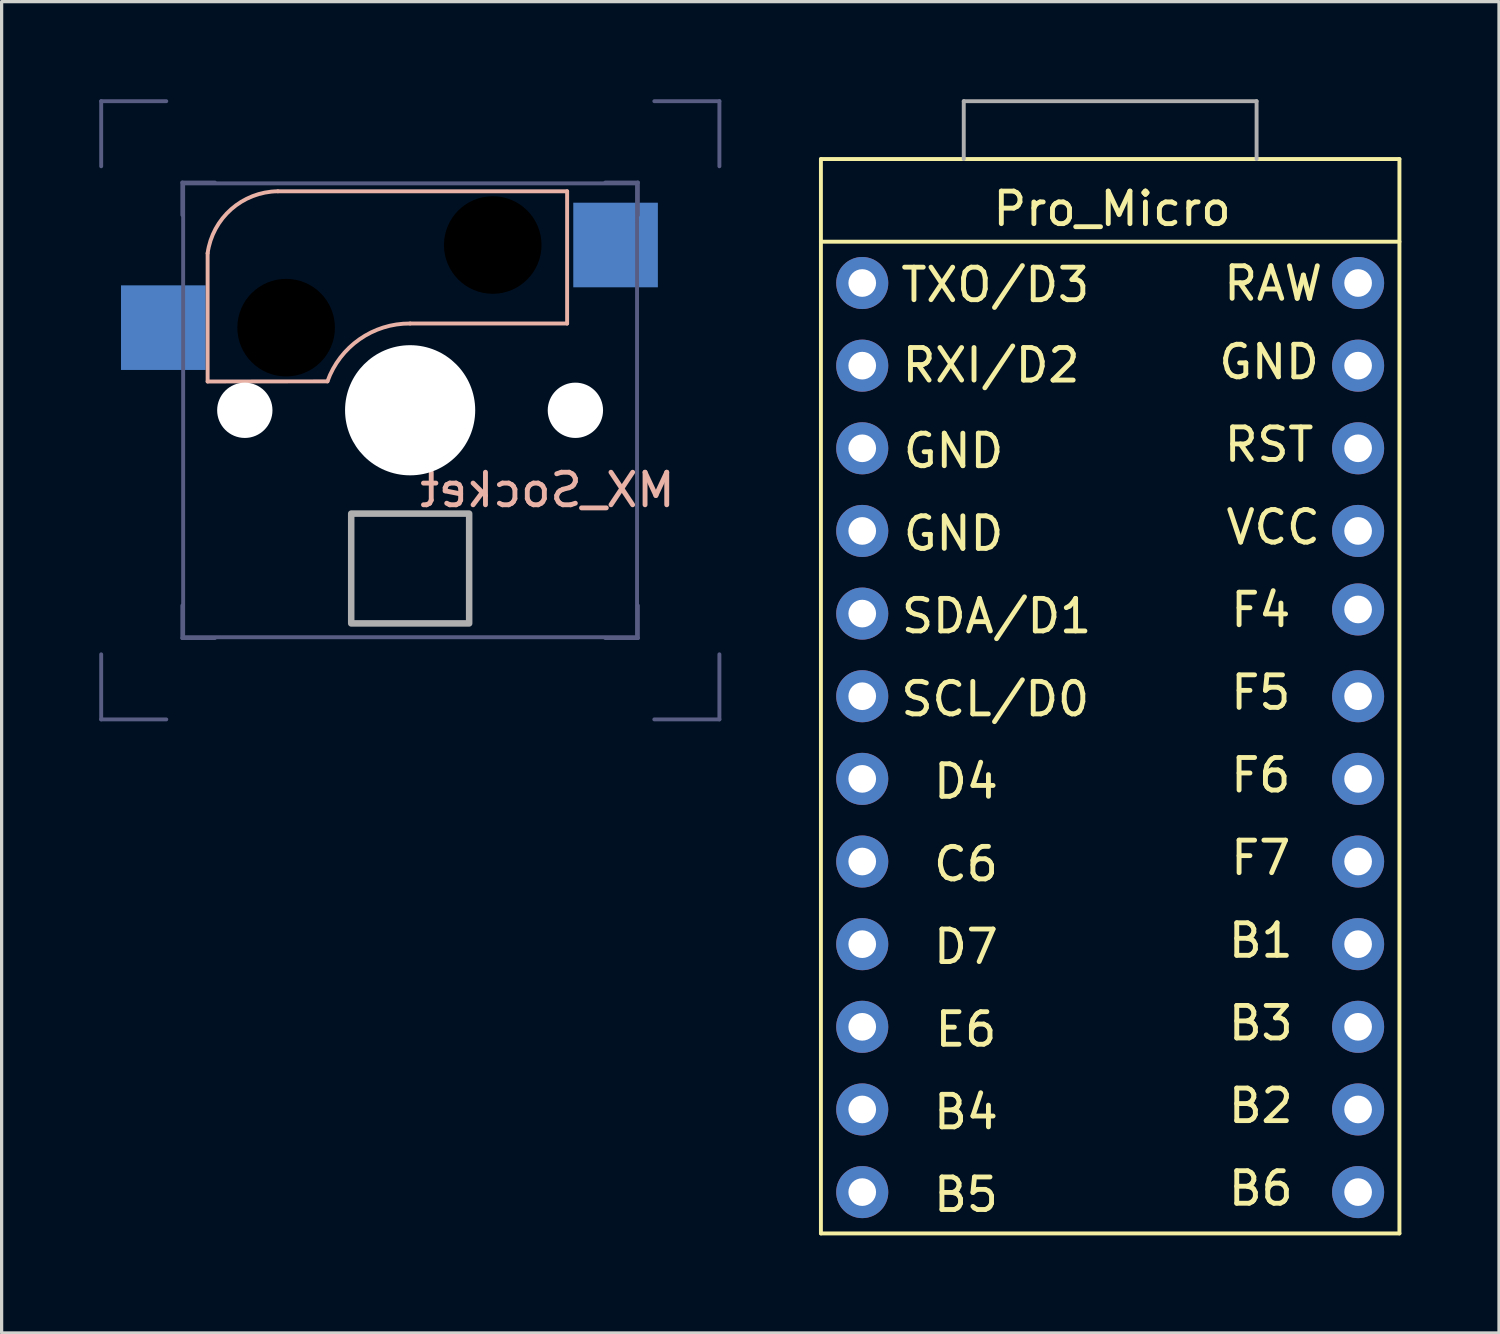
<source format=kicad_pcb>
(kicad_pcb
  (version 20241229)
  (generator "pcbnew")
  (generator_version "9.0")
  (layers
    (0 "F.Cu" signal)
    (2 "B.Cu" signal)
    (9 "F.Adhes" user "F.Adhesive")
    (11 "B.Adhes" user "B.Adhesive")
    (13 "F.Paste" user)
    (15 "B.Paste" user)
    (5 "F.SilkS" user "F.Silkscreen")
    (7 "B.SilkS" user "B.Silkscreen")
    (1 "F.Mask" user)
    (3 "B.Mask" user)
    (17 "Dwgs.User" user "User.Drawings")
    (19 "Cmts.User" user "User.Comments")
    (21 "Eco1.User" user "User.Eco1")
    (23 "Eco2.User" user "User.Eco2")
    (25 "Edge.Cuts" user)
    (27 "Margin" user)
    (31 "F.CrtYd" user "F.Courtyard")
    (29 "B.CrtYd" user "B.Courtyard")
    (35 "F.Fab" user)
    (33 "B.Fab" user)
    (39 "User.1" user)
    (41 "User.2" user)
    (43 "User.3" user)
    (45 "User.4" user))
  (footprint "MX_Socket"
    (layer "F.Cu")
    (at 9.555 9.559)
    (property "Reference" "MX_Socket" (at 4.22 2.45 0) (unlocked yes) (layer "B.SilkS") (effects (font (size 1 1) (thickness 0.15)) (justify mirror)))
    (attr through_hole)
    (fp_line (start -6.224 -0.884) (end -6.224 -4.825) (stroke (width 0.12) (type solid)) (layer "B.SilkS"))
    (fp_line (start -6.224 -0.884) (end -2.541 -0.888) (stroke (width 0.12) (type solid)) (layer "B.SilkS"))
    (fp_line (start -0.001 -2.666) (end 4.825 -2.666) (stroke (width 0.12) (type solid)) (layer "B.SilkS"))
    (fp_line (start 4.825 -6.73) (end -4.065 -6.73) (stroke (width 0.12) (type solid)) (layer "B.SilkS"))
    (fp_line (start 4.825 -2.666) (end 4.825 -6.73) (stroke (width 0.12) (type solid)) (layer "B.SilkS"))
    (fp_arc (start -6.224082 -4.825261) (mid -5.498787 -6.179195) (end -4.065082 -6.730261) (stroke (width 0.12) (type solid)) (layer "B.SilkS"))
    (fp_arc (start -2.541082 -0.888261) (mid -1.554773 -2.182533) (end -0.001082 -2.666261) (stroke (width 0.12) (type solid)) (layer "B.SilkS"))
    (fp_line (start -9.495 -9.499) (end -9.495 -7.499) (stroke (width 0.12) (type solid)) (layer "B.Fab"))
    (fp_line (start -9.495 9.501) (end -9.495 7.501) (stroke (width 0.12) (type solid)) (layer "B.Fab"))
    (fp_line (start -9.495 9.501) (end -7.495 9.501) (stroke (width 0.12) (type solid)) (layer "B.Fab"))
    (fp_line (start -7.495 -9.499) (end -9.495 -9.499) (stroke (width 0.12) (type solid)) (layer "B.Fab"))
    (fp_line (start -7.001 -6.999) (end -6.001 -6.999) (stroke (width 0.12) (type solid)) (layer "B.Fab"))
    (fp_line (start -7.001 -5.999) (end -7.001 -6.999) (stroke (width 0.12) (type solid)) (layer "B.Fab"))
    (fp_line (start -7.001 6.001) (end -7.001 7.001) (stroke (width 0.12) (type solid)) (layer "B.Fab"))
    (fp_line (start -7.001 7.001) (end -6.001 7.001) (stroke (width 0.12) (type solid)) (layer "B.Fab"))
    (fp_line (start -6.976 -6.974) (end 6.974 -6.974) (stroke (width 0.12) (type solid)) (layer "B.Fab"))
    (fp_line (start -6.976 6.976) (end -6.976 -6.974) (stroke (width 0.12) (type solid)) (layer "B.Fab"))
    (fp_line (start 5.999 7.001) (end 6.999 7.001) (stroke (width 0.12) (type solid)) (layer "B.Fab"))
    (fp_line (start 6.974 -6.974) (end 6.974 6.976) (stroke (width 0.12) (type solid)) (layer "B.Fab"))
    (fp_line (start 6.974 6.976) (end -6.976 6.976) (stroke (width 0.12) (type solid)) (layer "B.Fab"))
    (fp_line (start 6.999 -6.999) (end 5.999 -6.999) (stroke (width 0.12) (type solid)) (layer "B.Fab"))
    (fp_line (start 6.999 -6.999) (end 6.999 -5.999) (stroke (width 0.12) (type solid)) (layer "B.Fab"))
    (fp_line (start 6.999 7.001) (end 6.999 6.001) (stroke (width 0.12) (type solid)) (layer "B.Fab"))
    (fp_line (start 7.505 9.501) (end 9.505 9.501) (stroke (width 0.12) (type solid)) (layer "B.Fab"))
    (fp_line (start 9.505 -9.499) (end 7.505 -9.499) (stroke (width 0.12) (type solid)) (layer "B.Fab"))
    (fp_line (start 9.505 -7.499) (end 9.505 -9.499) (stroke (width 0.12) (type solid)) (layer "B.Fab"))
    (fp_line (start 9.505 9.501) (end 9.505 7.501) (stroke (width 0.12) (type solid)) (layer "B.Fab"))
    (fp_rect (start 1.814 6.551) (end -1.811 3.176) (stroke (width 0.2) (type solid)) (fill no) (layer "F.Fab"))
    (pad "" np_thru_hole circle (at -5.081 0.001 90) (size 1.7 1.7) (drill 1.7) (layers "*.Cu" "*.Mask"))
    (pad "" np_thru_hole circle (at -3.811 -2.539 180) (size 3 3) (drill 3) (layers "*.Mask"))
    (pad "" np_thru_hole circle (at 0 0 270) (size 4 4) (drill 4) (layers "*.Cu" "*.Mask"))
    (pad "" np_thru_hole circle (at 2.539 -5.079 180) (size 3 3) (drill 3) (layers "*.Mask"))
    (pad "" np_thru_hole circle (at 5.079 0.001 90) (size 1.7 1.7) (drill 1.7) (layers "*.Cu" "*.Mask"))
    (pad "1" smd rect (at 6.314 -5.079 180) (size 2.6 2.6) (layers "B.Cu" "B.Mask" "B.Paste"))
    (pad "2" smd rect (at -7.586 -2.539 180) (size 2.6 2.6) (layers "B.Cu" "B.Mask" "B.Paste")))
  (footprint "Pro_Micro"
    (layer "F.Cu")
    (at 31.159 21.056)
    (property "Reference" "Pro_Micro" (at -0.029 -17.688 0) (layer "F.SilkS") (effects (font (size 1 1) (thickness 0.15))))
    (attr through_hole)
    (fp_line (start -8.979 -16.678) (end 8.801 -16.678) (stroke (width 0.12) (type solid)) (layer "F.SilkS"))
    (fp_line (start -8.979 13.802) (end -8.979 -19.218) (stroke (width 0.12) (type solid)) (layer "F.SilkS"))
    (fp_line (start -8.979 13.802) (end 8.801 13.802) (stroke (width 0.12) (type solid)) (layer "F.SilkS"))
    (fp_line (start 8.801 -19.218) (end -8.979 -19.218) (stroke (width 0.12) (type solid)) (layer "F.SilkS"))
    (fp_line (start 8.801 13.802) (end 8.801 -19.218) (stroke (width 0.12) (type solid)) (layer "F.SilkS"))
    (fp_line (start -4.589 -20.996) (end 4.411 -20.996) (stroke (width 0.12) (type solid)) (layer "F.Fab"))
    (fp_line (start -4.589 -19.218) (end -4.589 -20.996) (stroke (width 0.12) (type solid)) (layer "F.Fab"))
    (fp_line (start 4.411 -19.218) (end 4.411 -20.996) (stroke (width 0.12) (type solid)) (layer "F.Fab"))
    (fp_text user "B2" (at 4.54 9.88 0) (layer "F.SilkS") (effects (font (size 1 1) (thickness 0.15))))
    (fp_text user "VCC" (at 4.921 -7.9 0) (layer "F.SilkS") (effects (font (size 1 1) (thickness 0.15))))
    (fp_text user "D4" (at -4.521 -0.088 0) (layer "F.SilkS") (effects (font (size 1 1) (thickness 0.15))))
    (fp_text user "GND" (at -4.902 -7.708 0) (layer "F.SilkS") (effects (font (size 1 1) (thickness 0.15))))
    (fp_text user "B6" (at 4.54 12.42 0) (layer "F.SilkS") (effects (font (size 1 1) (thickness 0.15))))
    (fp_text user "B4" (at -4.521 10.072 0) (layer "F.SilkS") (effects (font (size 1 1) (thickness 0.15))))
    (fp_text user "E6" (at -4.521 7.532 0) (layer "F.SilkS") (effects (font (size 1 1) (thickness 0.15))))
    (fp_text user "B5" (at -4.521 12.612 0) (layer "F.SilkS") (effects (font (size 1 1) (thickness 0.15))))
    (fp_text user "B1" (at 4.54 4.8 0) (layer "F.SilkS") (effects (font (size 1 1) (thickness 0.15))))
    (fp_text user "D7" (at -4.521 4.992 0) (layer "F.SilkS") (effects (font (size 1 1) (thickness 0.15))))
    (fp_text user "C6" (at -4.521 2.452 0) (layer "F.SilkS") (effects (font (size 1 1) (thickness 0.15))))
    (fp_text user "B3" (at 4.54 7.34 0) (layer "F.SilkS") (effects (font (size 1 1) (thickness 0.15))))
    (fp_text user "F5" (at 4.54 -2.82 0) (layer "F.SilkS") (effects (font (size 1 1) (thickness 0.15))))
    (fp_text user "SCL/D0" (at -3.62 -2.62 0) (layer "F.SilkS") (effects (font (size 1 1) (thickness 0.15))))
    (fp_text user "GND" (at 4.794 -12.98 0) (layer "F.SilkS") (effects (font (size 1 1) (thickness 0.15))))
    (fp_text user "RST" (at 4.794 -10.44 0) (layer "F.SilkS") (effects (font (size 1 1) (thickness 0.15))))
    (fp_text user "GND" (at -4.902 -10.248 0) (layer "F.SilkS") (effects (font (size 1 1) (thickness 0.15))))
    (fp_text user "F6" (at 4.54 -0.28 0) (layer "F.SilkS") (effects (font (size 1 1) (thickness 0.15))))
    (fp_text user "RAW" (at 4.921 -15.393 0) (layer "F.SilkS") (effects (font (size 1 1) (thickness 0.15))))
    (fp_text user "F4" (at 4.54 -5.36 0) (layer "F.SilkS") (effects (font (size 1 1) (thickness 0.15))))
    (fp_text user "F7" (at 4.54 2.26 0) (layer "F.SilkS") (effects (font (size 1 1) (thickness 0.15))))
    (fp_text user "TXO/D3" (at -3.62 -15.35 0) (layer "F.SilkS") (effects (font (size 1 1) (thickness 0.15))))
    (fp_text user "SDA/D1" (at -3.58 -5.17 0) (layer "F.SilkS") (effects (font (size 1 1) (thickness 0.15))))
    (fp_text user "RXI/D2" (at -3.75 -12.88 0) (layer "F.SilkS") (effects (font (size 1 1) (thickness 0.15))))
    (pad "1" thru_hole circle (at -7.709 -15.408) (size 1.6 1.6) (drill 0.85) (layers "*.Cu" "*.Mask"))
    (pad "2" thru_hole circle (at -7.709 -12.868) (size 1.6 1.6) (drill 0.85) (layers "*.Cu" "*.Mask"))
    (pad "3" thru_hole circle (at -7.709 -10.328) (size 1.6 1.6) (drill 0.85) (layers "*.Cu" "*.Mask"))
    (pad "4" thru_hole circle (at -7.709 -7.788) (size 1.6 1.6) (drill 0.85) (layers "*.Cu" "*.Mask"))
    (pad "5" thru_hole circle (at -7.709 -5.248) (size 1.6 1.6) (drill 0.85) (layers "*.Cu" "*.Mask"))
    (pad "6" thru_hole circle (at -7.709 -2.708) (size 1.6 1.6) (drill 0.85) (layers "*.Cu" "*.Mask"))
    (pad "7" thru_hole circle (at -7.709 -0.168) (size 1.6 1.6) (drill 0.85) (layers "*.Cu" "*.Mask"))
    (pad "8" thru_hole circle (at -7.709 2.372) (size 1.6 1.6) (drill 0.85) (layers "*.Cu" "*.Mask"))
    (pad "9" thru_hole circle (at -7.709 4.912) (size 1.6 1.6) (drill 0.85) (layers "*.Cu" "*.Mask"))
    (pad "10" thru_hole circle (at -7.709 7.452) (size 1.6 1.6) (drill 0.85) (layers "*.Cu" "*.Mask"))
    (pad "11" thru_hole circle (at -7.709 9.992) (size 1.6 1.6) (drill 0.85) (layers "*.Cu" "*.Mask"))
    (pad "12" thru_hole circle (at -7.709 12.532) (size 1.6 1.6) (drill 0.85) (layers "*.Cu" "*.Mask"))
    (pad "13" thru_hole circle (at 7.531 12.532) (size 1.6 1.6) (drill 0.85) (layers "*.Cu" "*.Mask"))
    (pad "14" thru_hole circle (at 7.531 9.992) (size 1.6 1.6) (drill 0.85) (layers "*.Cu" "*.Mask"))
    (pad "15" thru_hole circle (at 7.531 7.452) (size 1.6 1.6) (drill 0.85) (layers "*.Cu" "*.Mask"))
    (pad "16" thru_hole circle (at 7.531 4.912) (size 1.6 1.6) (drill 0.85) (layers "*.Cu" "*.Mask"))
    (pad "17" thru_hole circle (at 7.531 2.372) (size 1.6 1.6) (drill 0.85) (layers "*.Cu" "*.Mask"))
    (pad "18" thru_hole circle (at 7.531 -0.168) (size 1.6 1.6) (drill 0.85) (layers "*.Cu" "*.Mask"))
    (pad "19" thru_hole circle (at 7.531 -2.708) (size 1.6 1.6) (drill 0.85) (layers "*.Cu" "*.Mask"))
    (pad "20" thru_hole circle (at 7.531 -5.375) (size 1.6 1.6) (drill 0.85) (layers "*.Cu" "*.Mask"))
    (pad "21" thru_hole circle (at 7.531 -7.788) (size 1.6 1.6) (drill 0.85) (layers "*.Cu" "*.Mask"))
    (pad "22" thru_hole circle (at 7.531 -10.328) (size 1.6 1.6) (drill 0.85) (layers "*.Cu" "*.Mask"))
    (pad "23" thru_hole circle (at 7.531 -12.868) (size 1.6 1.6) (drill 0.85) (layers "*.Cu" "*.Mask"))
    (pad "24" thru_hole circle (at 7.531 -15.408) (size 1.6 1.6) (drill 0.85) (layers "*.Cu" "*.Mask")))
  (gr_rect
    (start -3 -3)
    (end 43.02 37.918)
    (stroke (width 0.1) (type default))
    (fill no)
    (layer "Edge.Cuts")))
</source>
